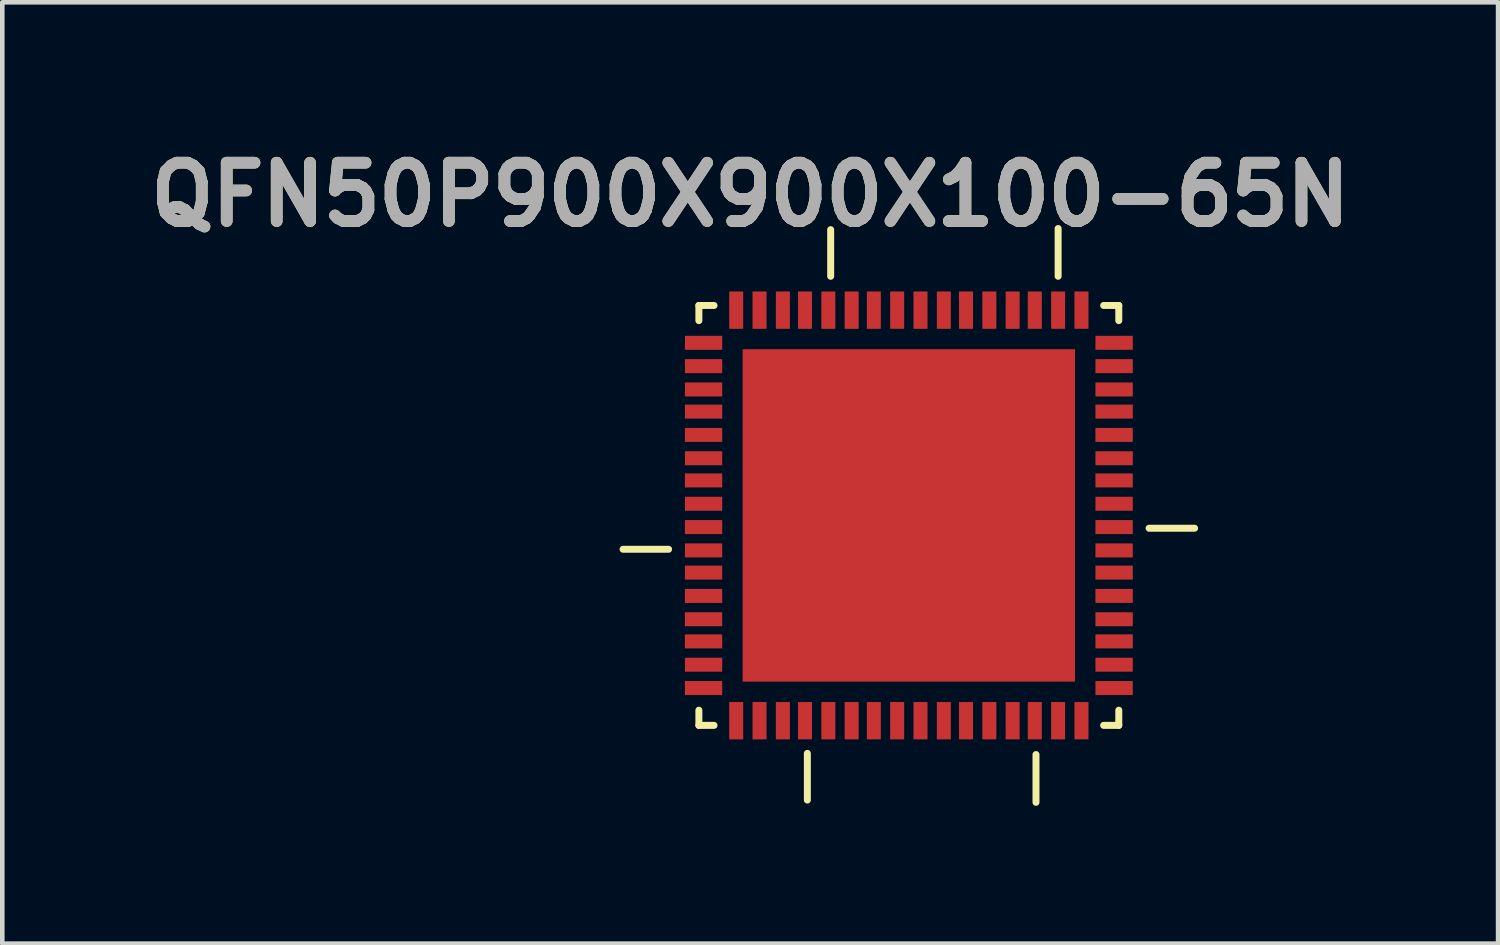
<source format=kicad_pcb>
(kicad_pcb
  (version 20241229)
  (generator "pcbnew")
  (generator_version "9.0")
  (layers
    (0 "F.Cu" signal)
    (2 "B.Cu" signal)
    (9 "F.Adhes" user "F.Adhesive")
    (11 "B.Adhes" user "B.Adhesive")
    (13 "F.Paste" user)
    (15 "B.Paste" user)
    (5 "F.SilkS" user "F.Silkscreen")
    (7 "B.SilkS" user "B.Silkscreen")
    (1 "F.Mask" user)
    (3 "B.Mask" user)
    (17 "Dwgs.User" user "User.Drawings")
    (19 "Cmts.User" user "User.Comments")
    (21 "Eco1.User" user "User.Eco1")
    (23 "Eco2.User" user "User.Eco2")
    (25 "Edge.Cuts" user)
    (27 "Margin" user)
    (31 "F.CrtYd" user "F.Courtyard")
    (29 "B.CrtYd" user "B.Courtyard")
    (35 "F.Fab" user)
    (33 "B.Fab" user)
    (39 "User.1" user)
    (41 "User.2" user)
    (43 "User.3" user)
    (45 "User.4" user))
  (footprint "QFN50P900X900X100-65N"
    (layer "F.Cu")
    (at 16.741 8.174)
    (property "Reference" "QFN50P900X900X100-65N" (at -3.454 -6.985 0) (layer "F.SilkS") (effects (font (size 1.27 1.27) (thickness 0.254))))
    (attr smd)
    (fp_line (start -5.232 0.737) (end -6.223 0.737) (stroke (width 0.152) (type solid)) (layer "F.SilkS"))
    (fp_line (start -4.572 -4.572) (end -4.572 -4.242) (stroke (width 0.152) (type solid)) (layer "F.SilkS"))
    (fp_line (start -4.572 4.242) (end -4.572 4.572) (stroke (width 0.152) (type solid)) (layer "F.SilkS"))
    (fp_line (start -4.572 4.572) (end -4.242 4.572) (stroke (width 0.152) (type solid)) (layer "F.SilkS"))
    (fp_line (start -4.242 -4.572) (end -4.572 -4.572) (stroke (width 0.152) (type solid)) (layer "F.SilkS"))
    (fp_line (start -2.21 5.182) (end -2.21 6.198) (stroke (width 0.152) (type solid)) (layer "F.SilkS"))
    (fp_line (start -1.702 -5.207) (end -1.702 -6.223) (stroke (width 0.152) (type solid)) (layer "F.SilkS"))
    (fp_line (start 2.769 5.207) (end 2.769 6.248) (stroke (width 0.152) (type solid)) (layer "F.SilkS"))
    (fp_line (start 3.251 -5.207) (end 3.251 -6.248) (stroke (width 0.152) (type solid)) (layer "F.SilkS"))
    (fp_line (start 4.242 4.572) (end 4.572 4.572) (stroke (width 0.152) (type solid)) (layer "F.SilkS"))
    (fp_line (start 4.572 -4.572) (end 4.242 -4.572) (stroke (width 0.152) (type solid)) (layer "F.SilkS"))
    (fp_line (start 4.572 -4.242) (end 4.572 -4.572) (stroke (width 0.152) (type solid)) (layer "F.SilkS"))
    (fp_line (start 4.572 4.572) (end 4.572 4.242) (stroke (width 0.152) (type solid)) (layer "F.SilkS"))
    (fp_line (start 5.232 0.279) (end 6.223 0.279) (stroke (width 0.152) (type solid)) (layer "F.SilkS"))
    (fp_text user "${REFERENCE}" (at -3.454 -6.985 0) (layer "F.Fab") (effects (font (size 1.27 1.27) (thickness 0.254))))
    (pad "1" smd rect (at -4.47 -3.759 90) (size 0.305 0.813) (layers "F.Cu" "F.Mask" "F.Paste"))
    (pad "2" smd rect (at -4.47 -3.251 90) (size 0.305 0.813) (layers "F.Cu" "F.Mask" "F.Paste"))
    (pad "3" smd rect (at -4.47 -2.743 90) (size 0.305 0.813) (layers "F.Cu" "F.Mask" "F.Paste"))
    (pad "4" smd rect (at -4.47 -2.261 90) (size 0.305 0.813) (layers "F.Cu" "F.Mask" "F.Paste"))
    (pad "5" smd rect (at -4.47 -1.753 90) (size 0.305 0.813) (layers "F.Cu" "F.Mask" "F.Paste"))
    (pad "6" smd rect (at -4.47 -1.245 90) (size 0.305 0.813) (layers "F.Cu" "F.Mask" "F.Paste"))
    (pad "7" smd rect (at -4.47 -0.762 90) (size 0.305 0.813) (layers "F.Cu" "F.Mask" "F.Paste"))
    (pad "8" smd rect (at -4.47 -0.254 90) (size 0.305 0.813) (layers "F.Cu" "F.Mask" "F.Paste"))
    (pad "9" smd rect (at -4.47 0.254 90) (size 0.305 0.813) (layers "F.Cu" "F.Mask" "F.Paste"))
    (pad "10" smd rect (at -4.47 0.762 90) (size 0.305 0.813) (layers "F.Cu" "F.Mask" "F.Paste"))
    (pad "11" smd rect (at -4.47 1.245 90) (size 0.305 0.813) (layers "F.Cu" "F.Mask" "F.Paste"))
    (pad "12" smd rect (at -4.47 1.753 90) (size 0.305 0.813) (layers "F.Cu" "F.Mask" "F.Paste"))
    (pad "13" smd rect (at -4.47 2.261 90) (size 0.305 0.813) (layers "F.Cu" "F.Mask" "F.Paste"))
    (pad "14" smd rect (at -4.47 2.743 90) (size 0.305 0.813) (layers "F.Cu" "F.Mask" "F.Paste"))
    (pad "15" smd rect (at -4.47 3.251 90) (size 0.305 0.813) (layers "F.Cu" "F.Mask" "F.Paste"))
    (pad "16" smd rect (at -4.47 3.759 90) (size 0.305 0.813) (layers "F.Cu" "F.Mask" "F.Paste"))
    (pad "17" smd rect (at -3.759 4.47) (size 0.305 0.813) (layers "F.Cu" "F.Mask" "F.Paste"))
    (pad "18" smd rect (at -3.251 4.47) (size 0.305 0.813) (layers "F.Cu" "F.Mask" "F.Paste"))
    (pad "19" smd rect (at -2.743 4.47) (size 0.305 0.813) (layers "F.Cu" "F.Mask" "F.Paste"))
    (pad "20" smd rect (at -2.261 4.47) (size 0.305 0.813) (layers "F.Cu" "F.Mask" "F.Paste"))
    (pad "21" smd rect (at -1.753 4.47) (size 0.305 0.813) (layers "F.Cu" "F.Mask" "F.Paste"))
    (pad "22" smd rect (at -1.245 4.47) (size 0.305 0.813) (layers "F.Cu" "F.Mask" "F.Paste"))
    (pad "23" smd rect (at -0.762 4.47) (size 0.305 0.813) (layers "F.Cu" "F.Mask" "F.Paste"))
    (pad "24" smd rect (at -0.254 4.47) (size 0.305 0.813) (layers "F.Cu" "F.Mask" "F.Paste"))
    (pad "25" smd rect (at 0.254 4.47) (size 0.305 0.813) (layers "F.Cu" "F.Mask" "F.Paste"))
    (pad "26" smd rect (at 0.762 4.47) (size 0.305 0.813) (layers "F.Cu" "F.Mask" "F.Paste"))
    (pad "27" smd rect (at 1.245 4.47) (size 0.305 0.813) (layers "F.Cu" "F.Mask" "F.Paste"))
    (pad "28" smd rect (at 1.753 4.47) (size 0.305 0.813) (layers "F.Cu" "F.Mask" "F.Paste"))
    (pad "29" smd rect (at 2.261 4.47) (size 0.305 0.813) (layers "F.Cu" "F.Mask" "F.Paste"))
    (pad "30" smd rect (at 2.743 4.47) (size 0.305 0.813) (layers "F.Cu" "F.Mask" "F.Paste"))
    (pad "31" smd rect (at 3.251 4.47) (size 0.305 0.813) (layers "F.Cu" "F.Mask" "F.Paste"))
    (pad "32" smd rect (at 3.759 4.47) (size 0.305 0.813) (layers "F.Cu" "F.Mask" "F.Paste"))
    (pad "33" smd rect (at 4.47 3.759 90) (size 0.305 0.813) (layers "F.Cu" "F.Mask" "F.Paste"))
    (pad "34" smd rect (at 4.47 3.251 90) (size 0.305 0.813) (layers "F.Cu" "F.Mask" "F.Paste"))
    (pad "35" smd rect (at 4.47 2.743 90) (size 0.305 0.813) (layers "F.Cu" "F.Mask" "F.Paste"))
    (pad "36" smd rect (at 4.47 2.261 90) (size 0.305 0.813) (layers "F.Cu" "F.Mask" "F.Paste"))
    (pad "37" smd rect (at 4.47 1.753 90) (size 0.305 0.813) (layers "F.Cu" "F.Mask" "F.Paste"))
    (pad "38" smd rect (at 4.47 1.245 90) (size 0.305 0.813) (layers "F.Cu" "F.Mask" "F.Paste"))
    (pad "39" smd rect (at 4.47 0.762 90) (size 0.305 0.813) (layers "F.Cu" "F.Mask" "F.Paste"))
    (pad "40" smd rect (at 4.47 0.254 90) (size 0.305 0.813) (layers "F.Cu" "F.Mask" "F.Paste"))
    (pad "41" smd rect (at 4.47 -0.254 90) (size 0.305 0.813) (layers "F.Cu" "F.Mask" "F.Paste"))
    (pad "42" smd rect (at 4.47 -0.762 90) (size 0.305 0.813) (layers "F.Cu" "F.Mask" "F.Paste"))
    (pad "43" smd rect (at 4.47 -1.245 90) (size 0.305 0.813) (layers "F.Cu" "F.Mask" "F.Paste"))
    (pad "44" smd rect (at 4.47 -1.753 90) (size 0.305 0.813) (layers "F.Cu" "F.Mask" "F.Paste"))
    (pad "45" smd rect (at 4.47 -2.261 90) (size 0.305 0.813) (layers "F.Cu" "F.Mask" "F.Paste"))
    (pad "46" smd rect (at 4.47 -2.743 90) (size 0.305 0.813) (layers "F.Cu" "F.Mask" "F.Paste"))
    (pad "47" smd rect (at 4.47 -3.251 90) (size 0.305 0.813) (layers "F.Cu" "F.Mask" "F.Paste"))
    (pad "48" smd rect (at 4.47 -3.759 90) (size 0.305 0.813) (layers "F.Cu" "F.Mask" "F.Paste"))
    (pad "49" smd rect (at 3.759 -4.47) (size 0.305 0.813) (layers "F.Cu" "F.Mask" "F.Paste"))
    (pad "50" smd rect (at 3.251 -4.47) (size 0.305 0.813) (layers "F.Cu" "F.Mask" "F.Paste"))
    (pad "51" smd rect (at 2.743 -4.47) (size 0.305 0.813) (layers "F.Cu" "F.Mask" "F.Paste"))
    (pad "52" smd rect (at 2.261 -4.47) (size 0.305 0.813) (layers "F.Cu" "F.Mask" "F.Paste"))
    (pad "53" smd rect (at 1.753 -4.47) (size 0.305 0.813) (layers "F.Cu" "F.Mask" "F.Paste"))
    (pad "54" smd rect (at 1.245 -4.47) (size 0.305 0.813) (layers "F.Cu" "F.Mask" "F.Paste"))
    (pad "55" smd rect (at 0.762 -4.47) (size 0.305 0.813) (layers "F.Cu" "F.Mask" "F.Paste"))
    (pad "56" smd rect (at 0.254 -4.47) (size 0.305 0.813) (layers "F.Cu" "F.Mask" "F.Paste"))
    (pad "57" smd rect (at -0.254 -4.47) (size 0.305 0.813) (layers "F.Cu" "F.Mask" "F.Paste"))
    (pad "58" smd rect (at -0.762 -4.47) (size 0.305 0.813) (layers "F.Cu" "F.Mask" "F.Paste"))
    (pad "59" smd rect (at -1.245 -4.47) (size 0.305 0.813) (layers "F.Cu" "F.Mask" "F.Paste"))
    (pad "60" smd rect (at -1.753 -4.47) (size 0.305 0.813) (layers "F.Cu" "F.Mask" "F.Paste"))
    (pad "61" smd rect (at -2.261 -4.47) (size 0.305 0.813) (layers "F.Cu" "F.Mask" "F.Paste"))
    (pad "62" smd rect (at -2.743 -4.47) (size 0.305 0.813) (layers "F.Cu" "F.Mask" "F.Paste"))
    (pad "63" smd rect (at -3.251 -4.47) (size 0.305 0.813) (layers "F.Cu" "F.Mask" "F.Paste"))
    (pad "64" smd rect (at -3.759 -4.47) (size 0.305 0.813) (layers "F.Cu" "F.Mask" "F.Paste"))
    (pad "65" smd rect (at 0 0 90) (size 7.239 7.239) (layers "F.Cu" "F.Mask" "F.Paste")))
  (gr_rect
    (start -3 -3)
    (end 29.573 17.498)
    (stroke (width 0.1) (type default))
    (fill no)
    (layer "Edge.Cuts")))
</source>
